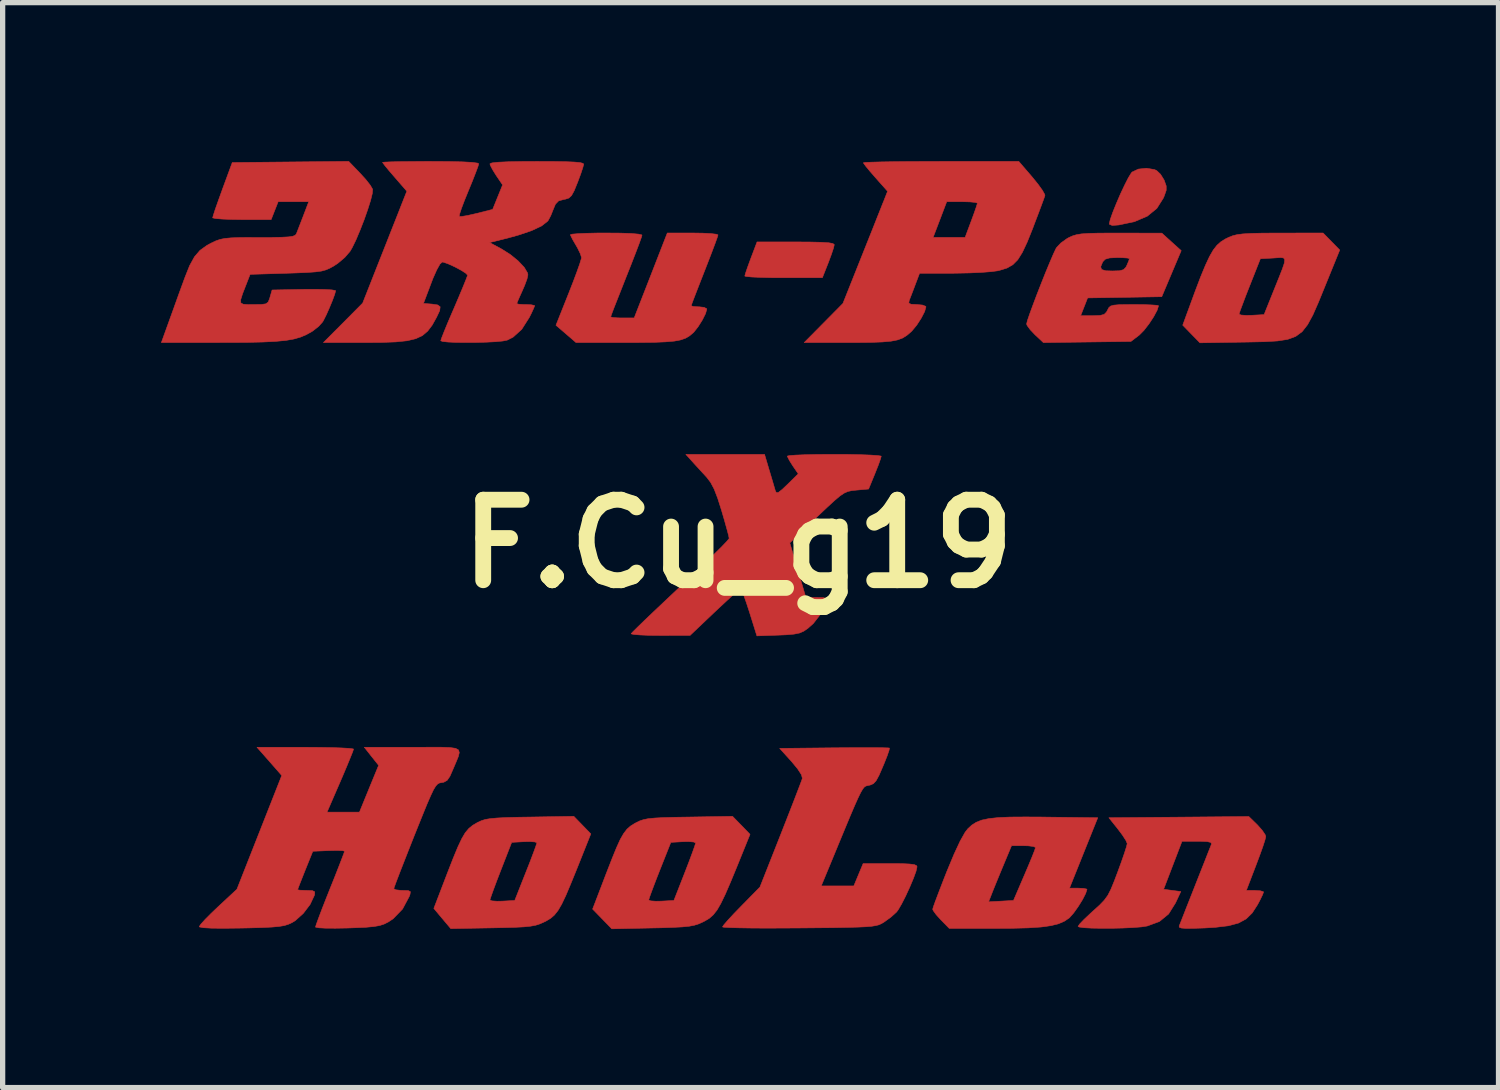
<source format=kicad_pcb>
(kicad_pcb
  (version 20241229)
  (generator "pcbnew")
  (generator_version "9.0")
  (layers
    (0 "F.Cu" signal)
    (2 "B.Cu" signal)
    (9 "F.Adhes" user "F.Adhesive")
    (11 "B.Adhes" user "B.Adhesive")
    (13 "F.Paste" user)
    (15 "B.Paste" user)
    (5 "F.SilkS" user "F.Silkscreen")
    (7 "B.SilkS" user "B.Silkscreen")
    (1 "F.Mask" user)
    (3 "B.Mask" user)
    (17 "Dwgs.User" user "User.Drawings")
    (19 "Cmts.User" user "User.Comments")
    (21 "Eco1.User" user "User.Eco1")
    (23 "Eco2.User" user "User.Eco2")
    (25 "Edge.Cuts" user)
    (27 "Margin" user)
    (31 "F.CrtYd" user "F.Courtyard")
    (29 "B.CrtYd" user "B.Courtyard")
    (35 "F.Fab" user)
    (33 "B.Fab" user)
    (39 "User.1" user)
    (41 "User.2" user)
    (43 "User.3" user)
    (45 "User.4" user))
  (footprint "F.Cu_g19"
    (layer "F.Cu")
    (at 10.924 7.245)
    (property "Reference" "F.Cu_g19" (at 0 0 0) (layer "F.SilkS") (effects (font (size 1.524 1.524) (thickness 0.3))))
    (attr through_hole)
    (fp_poly (pts (xy 1.371 -5.713) (xy 1.577 -5.708) (xy 1.715 -5.699) (xy 1.793 -5.685) (xy 1.82 -5.665) (xy 1.82 -5.663) (xy 1.806 -5.6) (xy 1.767 -5.483) (xy 1.713 -5.337) (xy 1.708 -5.324) (xy 1.595 -5.038) (xy 0.861 -5.038) (xy 0.622 -5.039) (xy 0.416 -5.044) (xy 0.256 -5.051) (xy 0.155 -5.061) (xy 0.126 -5.069) (xy 0.14 -5.122) (xy 0.177 -5.231) (xy 0.23 -5.376) (xy 0.242 -5.408) (xy 0.358 -5.715) (xy 1.089 -5.715) (xy 1.371 -5.713)) (stroke (width 0.01) (type solid)) (fill yes) (layer "F.Cu"))
    (fp_poly (pts (xy 7.881 -7.085) (xy 7.923 -7.066) (xy 7.996 -6.997) (xy 8.063 -6.889) (xy 8.069 -6.874) (xy 8.104 -6.775) (xy 8.104 -6.692) (xy 8.067 -6.585) (xy 8.05 -6.545) (xy 7.927 -6.35) (xy 7.747 -6.203) (xy 7.504 -6.099) (xy 7.207 -6.036) (xy 7.083 -6.027) (xy 7.03 -6.048) (xy 7.027 -6.061) (xy 7.045 -6.14) (xy 7.092 -6.274) (xy 7.159 -6.44) (xy 7.236 -6.619) (xy 7.316 -6.789) (xy 7.387 -6.929) (xy 7.443 -7.02) (xy 7.458 -7.038) (xy 7.577 -7.094) (xy 7.731 -7.11) (xy 7.881 -7.085)) (stroke (width 0.01) (type solid)) (fill yes) (layer "F.Cu"))
    (fp_poly (pts (xy 11.232 -5.723) (xy 11.389 -5.562) (xy 11.116 -4.891) (xy 10.988 -4.577) (xy 10.881 -4.333) (xy 10.781 -4.149) (xy 10.677 -4.016) (xy 10.555 -3.926) (xy 10.403 -3.87) (xy 10.209 -3.84) (xy 9.959 -3.826) (xy 9.64 -3.819) (xy 9.567 -3.818) (xy 8.742 -3.805) (xy 8.579 -3.972) (xy 8.417 -4.139) (xy 8.493 -4.348) (xy 9.484 -4.348) (xy 9.521 -4.331) (xy 9.62 -4.324) (xy 9.72 -4.326) (xy 9.957 -4.339) (xy 10.143 -4.802) (xy 10.238 -5.038) (xy 10.304 -5.206) (xy 10.341 -5.316) (xy 10.348 -5.381) (xy 10.325 -5.412) (xy 10.272 -5.419) (xy 10.189 -5.414) (xy 10.133 -5.41) (xy 9.887 -5.397) (xy 9.686 -4.889) (xy 9.61 -4.696) (xy 9.548 -4.531) (xy 9.503 -4.411) (xy 9.484 -4.35) (xy 9.484 -4.348) (xy 8.493 -4.348) (xy 8.523 -4.429) (xy 8.651 -4.778) (xy 8.757 -5.057) (xy 8.847 -5.274) (xy 8.924 -5.439) (xy 8.995 -5.562) (xy 9.065 -5.652) (xy 9.139 -5.718) (xy 9.222 -5.77) (xy 9.292 -5.804) (xy 9.363 -5.832) (xy 9.447 -5.853) (xy 9.556 -5.867) (xy 9.706 -5.876) (xy 9.908 -5.881) (xy 10.178 -5.883) (xy 10.268 -5.883) (xy 11.074 -5.884) (xy 11.232 -5.723)) (stroke (width 0.01) (type solid)) (fill yes) (layer "F.Cu"))
    (fp_poly (pts (xy 0.06 5.329) (xy 0.225 5.5) (xy -0.02 6.105) (xy -0.143 6.403) (xy -0.243 6.634) (xy -0.326 6.806) (xy -0.399 6.933) (xy -0.47 7.023) (xy -0.544 7.089) (xy -0.629 7.14) (xy -0.666 7.159) (xy -0.746 7.195) (xy -0.828 7.221) (xy -0.927 7.24) (xy -1.058 7.253) (xy -1.236 7.262) (xy -1.476 7.27) (xy -1.63 7.273) (xy -2.392 7.289) (xy -2.755 6.915) (xy -2.689 6.744) (xy -1.693 6.744) (xy -1.655 6.76) (xy -1.556 6.767) (xy -1.455 6.765) (xy -1.216 6.752) (xy -1.01 6.226) (xy -0.934 6.029) (xy -0.871 5.86) (xy -0.826 5.734) (xy -0.805 5.668) (xy -0.804 5.663) (xy -0.843 5.645) (xy -0.941 5.637) (xy -1.039 5.639) (xy -1.274 5.652) (xy -1.484 6.181) (xy -1.561 6.378) (xy -1.625 6.547) (xy -1.671 6.672) (xy -1.692 6.739) (xy -1.693 6.744) (xy -2.689 6.744) (xy -2.501 6.252) (xy -2.391 5.97) (xy -2.304 5.756) (xy -2.232 5.597) (xy -2.167 5.484) (xy -2.105 5.403) (xy -2.037 5.343) (xy -1.957 5.293) (xy -1.93 5.279) (xy -1.863 5.246) (xy -1.792 5.222) (xy -1.703 5.204) (xy -1.582 5.192) (xy -1.415 5.183) (xy -1.189 5.177) (xy -0.931 5.173) (xy -0.106 5.159) (xy 0.06 5.329)) (stroke (width 0.01) (type solid)) (fill yes) (layer "F.Cu"))
    (fp_poly (pts (xy -2.95 5.325) (xy -2.789 5.491) (xy -3.049 6.143) (xy -3.167 6.433) (xy -3.261 6.656) (xy -3.34 6.822) (xy -3.41 6.942) (xy -3.478 7.028) (xy -3.55 7.09) (xy -3.635 7.141) (xy -3.674 7.16) (xy -3.752 7.195) (xy -3.832 7.221) (xy -3.929 7.239) (xy -4.056 7.252) (xy -4.23 7.261) (xy -4.464 7.267) (xy -4.657 7.271) (xy -5.44 7.285) (xy -5.601 7.094) (xy -5.761 6.903) (xy -5.7 6.744) (xy -4.699 6.744) (xy -4.661 6.76) (xy -4.562 6.767) (xy -4.464 6.765) (xy -4.229 6.752) (xy -4.02 6.223) (xy -3.942 6.026) (xy -3.878 5.857) (xy -3.832 5.731) (xy -3.811 5.665) (xy -3.81 5.66) (xy -3.848 5.644) (xy -3.947 5.637) (xy -4.048 5.639) (xy -4.287 5.652) (xy -4.493 6.181) (xy -4.569 6.378) (xy -4.632 6.547) (xy -4.677 6.673) (xy -4.698 6.739) (xy -4.699 6.744) (xy -5.7 6.744) (xy -5.505 6.235) (xy -5.395 5.954) (xy -5.307 5.741) (xy -5.233 5.584) (xy -5.167 5.471) (xy -5.1 5.391) (xy -5.026 5.33) (xy -4.938 5.278) (xy -4.929 5.273) (xy -4.863 5.243) (xy -4.789 5.219) (xy -4.694 5.203) (xy -4.564 5.191) (xy -4.385 5.182) (xy -4.145 5.176) (xy -3.937 5.173) (xy -3.111 5.159) (xy -2.95 5.325)) (stroke (width 0.01) (type solid)) (fill yes) (layer "F.Cu"))
    (fp_poly (pts (xy 5.805 5.173) (xy 5.827 5.174) (xy 6.808 5.186) (xy 6.54 5.853) (xy 6.273 6.519) (xy 6.438 6.519) (xy 6.543 6.524) (xy 6.6 6.537) (xy 6.604 6.542) (xy 6.58 6.618) (xy 6.52 6.736) (xy 6.438 6.868) (xy 6.351 6.99) (xy 6.276 7.075) (xy 6.269 7.082) (xy 6.178 7.144) (xy 6.066 7.193) (xy 5.922 7.229) (xy 5.734 7.255) (xy 5.493 7.271) (xy 5.187 7.279) (xy 4.854 7.281) (xy 3.997 7.281) (xy 3.84 7.121) (xy 3.751 7.023) (xy 3.695 6.946) (xy 3.683 6.918) (xy 3.698 6.867) (xy 3.73 6.778) (xy 4.741 6.778) (xy 4.977 6.765) (xy 5.213 6.752) (xy 5.421 6.268) (xy 5.501 6.08) (xy 5.567 5.921) (xy 5.612 5.806) (xy 5.63 5.75) (xy 5.63 5.749) (xy 5.592 5.73) (xy 5.494 5.718) (xy 5.403 5.715) (xy 5.176 5.715) (xy 5.04 6.041) (xy 4.963 6.226) (xy 4.887 6.411) (xy 4.827 6.559) (xy 4.822 6.572) (xy 4.741 6.778) (xy 3.73 6.778) (xy 3.74 6.751) (xy 3.803 6.584) (xy 3.882 6.379) (xy 3.952 6.201) (xy 4.088 5.875) (xy 4.203 5.628) (xy 4.297 5.461) (xy 4.349 5.394) (xy 4.424 5.325) (xy 4.509 5.271) (xy 4.614 5.23) (xy 4.748 5.202) (xy 4.924 5.183) (xy 5.151 5.173) (xy 5.441 5.171) (xy 5.805 5.173)) (stroke (width 0.01) (type solid)) (fill yes) (layer "F.Cu"))
    (fp_poly (pts (xy 7.227 -5.883) (xy 8.022 -5.881) (xy 8.205 -5.715) (xy 8.388 -5.55) (xy 8.02 -4.678) (xy 7.318 -4.666) (xy 6.616 -4.655) (xy 6.55 -4.486) (xy 6.484 -4.318) (xy 6.714 -4.318) (xy 6.851 -4.323) (xy 6.929 -4.343) (xy 6.974 -4.388) (xy 6.993 -4.424) (xy 7.017 -4.47) (xy 7.052 -4.501) (xy 7.112 -4.518) (xy 7.215 -4.527) (xy 7.376 -4.529) (xy 7.5 -4.53) (xy 7.685 -4.528) (xy 7.835 -4.522) (xy 7.931 -4.515) (xy 7.959 -4.507) (xy 7.933 -4.423) (xy 7.868 -4.301) (xy 7.779 -4.165) (xy 7.683 -4.041) (xy 7.597 -3.954) (xy 7.592 -3.95) (xy 7.436 -3.831) (xy 6.607 -3.82) (xy 5.779 -3.809) (xy 5.62 -3.958) (xy 5.529 -4.054) (xy 5.471 -4.133) (xy 5.461 -4.162) (xy 5.476 -4.224) (xy 5.518 -4.348) (xy 5.58 -4.517) (xy 5.655 -4.716) (xy 5.738 -4.928) (xy 5.821 -5.137) (xy 5.866 -5.245) (xy 6.864 -5.245) (xy 6.88 -5.193) (xy 6.96 -5.169) (xy 7.084 -5.165) (xy 7.219 -5.169) (xy 7.296 -5.19) (xy 7.341 -5.237) (xy 7.359 -5.272) (xy 7.395 -5.357) (xy 7.408 -5.399) (xy 7.37 -5.41) (xy 7.271 -5.417) (xy 7.177 -5.419) (xy 7.033 -5.412) (xy 6.95 -5.388) (xy 6.904 -5.34) (xy 6.902 -5.337) (xy 6.864 -5.245) (xy 5.866 -5.245) (xy 5.9 -5.327) (xy 5.966 -5.481) (xy 6.014 -5.584) (xy 6.029 -5.609) (xy 6.11 -5.695) (xy 6.229 -5.78) (xy 6.264 -5.799) (xy 6.331 -5.829) (xy 6.404 -5.851) (xy 6.498 -5.867) (xy 6.626 -5.876) (xy 6.802 -5.881) (xy 7.04 -5.883) (xy 7.227 -5.883)) (stroke (width 0.01) (type solid)) (fill yes) (layer "F.Cu"))
    (fp_poly (pts (xy -0.671 -5.881) (xy -0.516 -5.873) (xy -0.414 -5.861) (xy -0.381 -5.848) (xy -0.396 -5.798) (xy -0.437 -5.684) (xy -0.499 -5.519) (xy -0.577 -5.317) (xy -0.635 -5.168) (xy -0.72 -4.951) (xy -0.793 -4.763) (xy -0.849 -4.618) (xy -0.882 -4.528) (xy -0.889 -4.506) (xy -0.852 -4.494) (xy -0.76 -4.487) (xy -0.741 -4.487) (xy -0.643 -4.476) (xy -0.594 -4.449) (xy -0.593 -4.443) (xy -0.617 -4.358) (xy -0.677 -4.238) (xy -0.756 -4.112) (xy -0.836 -4.01) (xy -0.853 -3.993) (xy -0.921 -3.936) (xy -0.996 -3.892) (xy -1.088 -3.86) (xy -1.21 -3.837) (xy -1.374 -3.823) (xy -1.59 -3.814) (xy -1.871 -3.811) (xy -2.13 -3.81) (xy -3.069 -3.81) (xy -3.259 -3.974) (xy -3.449 -4.137) (xy -3.206 -4.747) (xy -3.122 -4.962) (xy -3.051 -5.152) (xy -2.998 -5.302) (xy -2.969 -5.397) (xy -2.965 -5.419) (xy -2.987 -5.491) (xy -3.04 -5.6) (xy -3.07 -5.652) (xy -3.132 -5.758) (xy -3.17 -5.835) (xy -3.175 -5.853) (xy -3.135 -5.863) (xy -3.024 -5.872) (xy -2.858 -5.879) (xy -2.649 -5.884) (xy -2.498 -5.884) (xy -2.233 -5.882) (xy -2.027 -5.875) (xy -1.888 -5.863) (xy -1.824 -5.848) (xy -1.82 -5.843) (xy -1.835 -5.792) (xy -1.877 -5.675) (xy -1.941 -5.507) (xy -2.022 -5.298) (xy -2.115 -5.064) (xy -2.117 -5.059) (xy -2.209 -4.825) (xy -2.29 -4.62) (xy -2.355 -4.455) (xy -2.397 -4.343) (xy -2.413 -4.297) (xy -2.413 -4.296) (xy -2.375 -4.285) (xy -2.277 -4.277) (xy -2.19 -4.276) (xy -1.968 -4.276) (xy -1.654 -5.08) (xy -1.341 -5.884) (xy -0.861 -5.884) (xy -0.671 -5.881)) (stroke (width 0.01) (type solid)) (fill yes) (layer "F.Cu"))
    (fp_poly (pts (xy 2.577 3.859) (xy 2.741 3.861) (xy 2.84 3.864) (xy 2.865 3.867) (xy 2.857 3.91) (xy 2.822 4.012) (xy 2.766 4.154) (xy 2.74 4.216) (xy 2.668 4.382) (xy 2.612 4.485) (xy 2.56 4.541) (xy 2.5 4.567) (xy 2.478 4.572) (xy 2.445 4.578) (xy 2.416 4.587) (xy 2.387 4.607) (xy 2.356 4.647) (xy 2.318 4.713) (xy 2.269 4.814) (xy 2.205 4.957) (xy 2.123 5.149) (xy 2.019 5.399) (xy 1.889 5.713) (xy 1.779 5.98) (xy 1.573 6.477) (xy 2.19 6.477) (xy 2.278 6.265) (xy 2.366 6.054) (xy 2.876 6.054) (xy 3.098 6.055) (xy 3.247 6.062) (xy 3.337 6.074) (xy 3.379 6.094) (xy 3.387 6.114) (xy 3.368 6.198) (xy 3.319 6.333) (xy 3.25 6.497) (xy 3.172 6.667) (xy 3.094 6.82) (xy 3.027 6.934) (xy 2.997 6.973) (xy 2.895 7.065) (xy 2.77 7.156) (xy 2.752 7.168) (xy 2.71 7.192) (xy 2.664 7.213) (xy 2.605 7.228) (xy 2.525 7.241) (xy 2.414 7.25) (xy 2.263 7.257) (xy 2.062 7.262) (xy 1.802 7.267) (xy 1.475 7.27) (xy 1.154 7.273) (xy 0.813 7.275) (xy 0.5 7.276) (xy 0.226 7.274) (xy 0.000131 7.27) (xy -0.169 7.265) (xy -0.27 7.259) (xy -0.296 7.253) (xy -0.268 7.211) (xy -0.192 7.123) (xy -0.079 7.001) (xy 0.059 6.859) (xy 0.413 6.498) (xy 0.806 5.503) (xy 0.914 5.228) (xy 1.012 4.977) (xy 1.096 4.76) (xy 1.161 4.59) (xy 1.203 4.479) (xy 1.216 4.439) (xy 1.198 4.371) (xy 1.125 4.259) (xy 1.011 4.121) (xy 0.786 3.873) (xy 1.817 3.862) (xy 2.104 3.86) (xy 2.361 3.859) (xy 2.577 3.859)) (stroke (width 0.01) (type solid)) (fill yes) (layer "F.Cu"))
    (fp_poly (pts (xy 9.83 5.321) (xy 9.92 5.422) (xy 9.978 5.508) (xy 9.989 5.544) (xy 9.974 5.607) (xy 9.934 5.731) (xy 9.874 5.898) (xy 9.804 6.085) (xy 9.621 6.562) (xy 9.784 6.562) (xy 9.888 6.569) (xy 9.944 6.587) (xy 9.947 6.593) (xy 9.928 6.645) (xy 9.879 6.746) (xy 9.831 6.836) (xy 9.732 6.989) (xy 9.618 7.101) (xy 9.473 7.18) (xy 9.283 7.231) (xy 9.033 7.261) (xy 8.835 7.273) (xy 8.618 7.28) (xy 8.473 7.281) (xy 8.388 7.274) (xy 8.351 7.258) (xy 8.35 7.235) (xy 8.373 7.178) (xy 8.421 7.056) (xy 8.489 6.882) (xy 8.572 6.672) (xy 8.657 6.456) (xy 8.749 6.223) (xy 8.831 6.016) (xy 8.897 5.847) (xy 8.943 5.732) (xy 8.962 5.683) (xy 8.951 5.654) (xy 8.879 5.637) (xy 8.737 5.631) (xy 8.693 5.631) (xy 8.403 5.632) (xy 8.229 6.086) (xy 8.055 6.54) (xy 8.218 6.562) (xy 8.381 6.583) (xy 8.28 6.799) (xy 8.149 7.009) (xy 7.975 7.151) (xy 7.744 7.236) (xy 7.743 7.236) (xy 7.633 7.253) (xy 7.475 7.265) (xy 7.284 7.274) (xy 7.079 7.279) (xy 6.876 7.279) (xy 6.693 7.276) (xy 6.548 7.268) (xy 6.457 7.255) (xy 6.435 7.243) (xy 6.464 7.2) (xy 6.544 7.116) (xy 6.659 7.007) (xy 6.72 6.951) (xy 6.843 6.84) (xy 6.931 6.748) (xy 6.999 6.655) (xy 7.058 6.539) (xy 7.123 6.38) (xy 7.186 6.213) (xy 7.256 6.022) (xy 7.313 5.857) (xy 7.352 5.735) (xy 7.366 5.676) (xy 7.366 5.675) (xy 7.341 5.616) (xy 7.276 5.515) (xy 7.193 5.404) (xy 7.019 5.186) (xy 8.344 5.175) (xy 9.668 5.163) (xy 9.83 5.321)) (stroke (width 0.01) (type solid)) (fill yes) (layer "F.Cu"))
    (fp_poly (pts (xy 5.313 -7.239) (xy 5.567 -6.944) (xy 5.677 -6.808) (xy 5.76 -6.693) (xy 5.804 -6.614) (xy 5.808 -6.594) (xy 5.789 -6.537) (xy 5.745 -6.417) (xy 5.682 -6.249) (xy 5.606 -6.05) (xy 5.579 -5.977) (xy 5.473 -5.713) (xy 5.381 -5.517) (xy 5.294 -5.378) (xy 5.201 -5.284) (xy 5.091 -5.221) (xy 4.956 -5.179) (xy 4.91 -5.168) (xy 4.789 -5.152) (xy 4.605 -5.138) (xy 4.382 -5.128) (xy 4.14 -5.123) (xy 4.065 -5.122) (xy 3.435 -5.122) (xy 3.351 -4.9) (xy 3.299 -4.762) (xy 3.255 -4.649) (xy 3.238 -4.604) (xy 3.231 -4.557) (xy 3.273 -4.535) (xy 3.38 -4.53) (xy 3.382 -4.53) (xy 3.49 -4.52) (xy 3.551 -4.496) (xy 3.556 -4.486) (xy 3.531 -4.397) (xy 3.467 -4.273) (xy 3.382 -4.141) (xy 3.291 -4.031) (xy 3.274 -4.014) (xy 3.197 -3.948) (xy 3.117 -3.897) (xy 3.021 -3.861) (xy 2.896 -3.836) (xy 2.73 -3.821) (xy 2.51 -3.813) (xy 2.222 -3.81) (xy 2.083 -3.81) (xy 1.251 -3.81) (xy 1.617 -4.18) (xy 1.984 -4.551) (xy 2.33 -5.419) (xy 2.436 -5.685) (xy 2.482 -5.8) (xy 3.691 -5.8) (xy 4.297 -5.801) (xy 4.413 -6.111) (xy 4.468 -6.261) (xy 4.509 -6.379) (xy 4.529 -6.444) (xy 4.53 -6.449) (xy 4.491 -6.463) (xy 4.389 -6.473) (xy 4.246 -6.477) (xy 4.239 -6.477) (xy 3.949 -6.477) (xy 3.82 -6.138) (xy 3.691 -5.8) (xy 2.482 -5.8) (xy 2.537 -5.937) (xy 2.625 -6.16) (xy 2.696 -6.338) (xy 2.743 -6.457) (xy 2.753 -6.48) (xy 2.829 -6.674) (xy 2.6 -6.932) (xy 2.494 -7.054) (xy 2.414 -7.151) (xy 2.373 -7.208) (xy 2.371 -7.214) (xy 2.411 -7.22) (xy 2.527 -7.225) (xy 2.708 -7.23) (xy 2.945 -7.234) (xy 3.229 -7.237) (xy 3.549 -7.238) (xy 3.842 -7.239) (xy 5.313 -7.239)) (stroke (width 0.01) (type solid)) (fill yes) (layer "F.Cu"))
    (fp_poly (pts (xy 0.591 -1.386) (xy 0.639 -1.226) (xy 0.679 -1.09) (xy 0.704 -1.005) (xy 0.705 -1.001) (xy 0.725 -0.967) (xy 0.764 -0.974) (xy 0.835 -1.03) (xy 0.933 -1.123) (xy 1.138 -1.325) (xy 1.034 -1.477) (xy 0.971 -1.577) (xy 0.935 -1.648) (xy 0.931 -1.661) (xy 0.972 -1.67) (xy 1.084 -1.679) (xy 1.257 -1.686) (xy 1.477 -1.691) (xy 1.732 -1.693) (xy 1.82 -1.693) (xy 2.084 -1.692) (xy 2.317 -1.687) (xy 2.506 -1.68) (xy 2.64 -1.671) (xy 2.705 -1.661) (xy 2.709 -1.657) (xy 2.694 -1.603) (xy 2.655 -1.493) (xy 2.598 -1.35) (xy 2.59 -1.329) (xy 2.47 -1.037) (xy 2.237 -1.016) (xy 2.149 -1.007) (xy 2.076 -0.99) (xy 2.006 -0.959) (xy 1.925 -0.904) (xy 1.821 -0.816) (xy 1.681 -0.687) (xy 1.492 -0.508) (xy 1.49 -0.506) (xy 0.978 -0.017) (xy 1.13 0.5) (xy 1.282 1.016) (xy 1.49 1.016) (xy 1.614 1.019) (xy 1.671 1.034) (xy 1.68 1.071) (xy 1.67 1.111) (xy 1.574 1.316) (xy 1.424 1.508) (xy 1.322 1.599) (xy 1.243 1.654) (xy 1.162 1.689) (xy 1.058 1.71) (xy 0.908 1.723) (xy 0.763 1.729) (xy 0.355 1.743) (xy 0.215 1.295) (xy 0.156 1.115) (xy 0.105 0.971) (xy 0.066 0.876) (xy 0.048 0.849) (xy 0.009 0.877) (xy -0.079 0.954) (xy -0.206 1.069) (xy -0.36 1.212) (xy -0.445 1.292) (xy -0.91 1.734) (xy -1.475 1.735) (xy -1.681 1.733) (xy -1.851 1.726) (xy -1.97 1.717) (xy -2.024 1.705) (xy -2.025 1.701) (xy -1.992 1.665) (xy -1.904 1.578) (xy -1.77 1.448) (xy -1.597 1.283) (xy -1.394 1.091) (xy -1.167 0.877) (xy -1.09 0.805) (xy -0.858 0.586) (xy -0.648 0.385) (xy -0.466 0.208) (xy -0.321 0.065) (xy -0.221 -0.039) (xy -0.173 -0.096) (xy -0.17 -0.103) (xy -0.181 -0.159) (xy -0.213 -0.279) (xy -0.259 -0.444) (xy -0.313 -0.629) (xy -0.388 -0.865) (xy -0.454 -1.036) (xy -0.52 -1.161) (xy -0.594 -1.258) (xy -0.599 -1.264) (xy -0.716 -1.391) (xy -0.835 -1.521) (xy -0.866 -1.556) (xy -0.99 -1.693) (xy 0.5 -1.693) (xy 0.591 -1.386)) (stroke (width 0.01) (type solid)) (fill yes) (layer "F.Cu"))
    (fp_poly (pts (xy -7.158 -7.017) (xy -7.048 -6.896) (xy -6.963 -6.787) (xy -6.92 -6.713) (xy -6.919 -6.71) (xy -6.925 -6.635) (xy -6.958 -6.501) (xy -7.013 -6.327) (xy -7.082 -6.131) (xy -7.159 -5.934) (xy -7.236 -5.751) (xy -7.308 -5.604) (xy -7.347 -5.537) (xy -7.445 -5.423) (xy -7.58 -5.309) (xy -7.651 -5.262) (xy -7.73 -5.218) (xy -7.804 -5.186) (xy -7.888 -5.163) (xy -7.999 -5.148) (xy -8.152 -5.137) (xy -8.364 -5.128) (xy -8.546 -5.122) (xy -9.239 -5.101) (xy -9.313 -4.911) (xy -9.382 -4.734) (xy -9.417 -4.622) (xy -9.415 -4.561) (xy -9.368 -4.535) (xy -9.273 -4.529) (xy -9.174 -4.53) (xy -9.027 -4.531) (xy -8.942 -4.543) (xy -8.898 -4.575) (xy -8.872 -4.636) (xy -8.863 -4.667) (xy -8.823 -4.805) (xy -8.222 -4.817) (xy -8.005 -4.818) (xy -7.823 -4.815) (xy -7.692 -4.807) (xy -7.625 -4.795) (xy -7.62 -4.79) (xy -7.637 -4.725) (xy -7.679 -4.61) (xy -7.736 -4.472) (xy -7.796 -4.336) (xy -7.85 -4.229) (xy -7.865 -4.202) (xy -7.941 -4.117) (xy -8.05 -4.031) (xy -8.07 -4.018) (xy -8.174 -3.96) (xy -8.284 -3.913) (xy -8.41 -3.877) (xy -8.564 -3.85) (xy -8.756 -3.832) (xy -8.996 -3.82) (xy -9.297 -3.813) (xy -9.668 -3.811) (xy -9.788 -3.811) (xy -10.919 -3.81) (xy -10.755 -4.265) (xy -10.674 -4.489) (xy -10.59 -4.724) (xy -10.513 -4.934) (xy -10.476 -5.036) (xy -10.384 -5.267) (xy -10.292 -5.434) (xy -10.188 -5.555) (xy -10.056 -5.65) (xy -9.974 -5.694) (xy -9.89 -5.734) (xy -9.81 -5.762) (xy -9.719 -5.781) (xy -9.6 -5.792) (xy -9.437 -5.798) (xy -9.213 -5.8) (xy -9.077 -5.8) (xy -8.819 -5.8) (xy -8.633 -5.804) (xy -8.507 -5.811) (xy -8.429 -5.823) (xy -8.385 -5.842) (xy -8.363 -5.868) (xy -8.361 -5.874) (xy -8.331 -5.951) (xy -8.282 -6.078) (xy -8.23 -6.212) (xy -8.129 -6.477) (xy -8.708 -6.477) (xy -8.841 -6.138) (xy -9.395 -6.138) (xy -9.6 -6.141) (xy -9.771 -6.148) (xy -9.892 -6.158) (xy -9.947 -6.17) (xy -9.948 -6.173) (xy -9.934 -6.224) (xy -9.897 -6.338) (xy -9.84 -6.499) (xy -9.771 -6.69) (xy -9.763 -6.713) (xy -9.577 -7.218) (xy -7.373 -7.24) (xy -7.158 -7.017)) (stroke (width 0.01) (type solid)) (fill yes) (layer "F.Cu"))
    (fp_poly (pts (xy -5.455 3.857) (xy -5.349 3.872) (xy -5.293 3.903) (xy -5.279 3.953) (xy -5.297 4.027) (xy -5.339 4.13) (xy -5.396 4.264) (xy -5.457 4.403) (xy -5.51 4.479) (xy -5.571 4.513) (xy -5.616 4.521) (xy -5.654 4.528) (xy -5.689 4.547) (xy -5.725 4.587) (xy -5.768 4.657) (xy -5.82 4.767) (xy -5.889 4.925) (xy -5.977 5.141) (xy -6.091 5.424) (xy -6.128 5.516) (xy -6.235 5.787) (xy -6.331 6.032) (xy -6.412 6.239) (xy -6.473 6.399) (xy -6.51 6.5) (xy -6.519 6.53) (xy -6.482 6.55) (xy -6.388 6.561) (xy -6.351 6.562) (xy -6.244 6.565) (xy -6.204 6.586) (xy -6.213 6.641) (xy -6.227 6.678) (xy -6.353 6.914) (xy -6.532 7.099) (xy -6.624 7.16) (xy -6.702 7.199) (xy -6.788 7.227) (xy -6.898 7.246) (xy -7.049 7.26) (xy -7.259 7.269) (xy -7.397 7.274) (xy -7.623 7.278) (xy -7.807 7.277) (xy -7.937 7.27) (xy -7.998 7.258) (xy -8.001 7.254) (xy -7.986 7.204) (xy -7.944 7.089) (xy -7.881 6.922) (xy -7.801 6.718) (xy -7.726 6.529) (xy -7.636 6.305) (xy -7.559 6.108) (xy -7.499 5.953) (xy -7.461 5.852) (xy -7.451 5.819) (xy -7.489 5.809) (xy -7.591 5.805) (xy -7.736 5.808) (xy -7.751 5.808) (xy -8.052 5.821) (xy -8.196 6.178) (xy -8.259 6.337) (xy -8.308 6.462) (xy -8.336 6.536) (xy -8.34 6.549) (xy -8.302 6.557) (xy -8.208 6.561) (xy -8.167 6.562) (xy -8.059 6.566) (xy -8.016 6.588) (xy -8.018 6.639) (xy -8.023 6.657) (xy -8.103 6.827) (xy -8.232 6.997) (xy -8.384 7.134) (xy -8.445 7.171) (xy -8.514 7.203) (xy -8.591 7.227) (xy -8.691 7.244) (xy -8.826 7.256) (xy -9.011 7.265) (xy -9.26 7.272) (xy -9.409 7.275) (xy -9.728 7.279) (xy -9.967 7.277) (xy -10.123 7.268) (xy -10.196 7.254) (xy -10.202 7.247) (xy -10.173 7.203) (xy -10.093 7.114) (xy -9.976 6.996) (xy -9.846 6.872) (xy -9.489 6.54) (xy -8.64 4.386) (xy -8.874 4.119) (xy -9.109 3.852) (xy -8.195 3.852) (xy -7.927 3.854) (xy -7.69 3.858) (xy -7.497 3.865) (xy -7.359 3.873) (xy -7.288 3.883) (xy -7.281 3.887) (xy -7.297 3.937) (xy -7.342 4.049) (xy -7.408 4.21) (xy -7.49 4.404) (xy -7.532 4.501) (xy -7.783 5.08) (xy -7.169 5.08) (xy -6.988 4.637) (xy -6.806 4.194) (xy -6.942 4.023) (xy -7.077 3.852) (xy -6.16 3.852) (xy -5.852 3.851) (xy -5.62 3.851) (xy -5.455 3.857)) (stroke (width 0.01) (type solid)) (fill yes) (layer "F.Cu"))
    (fp_poly (pts (xy -3.499 -7.238) (xy -3.265 -7.234) (xy -3.098 -7.227) (xy -2.991 -7.217) (xy -2.936 -7.202) (xy -2.924 -7.186) (xy -2.94 -7.123) (xy -2.979 -7.005) (xy -3.034 -6.857) (xy -3.042 -6.837) (xy -3.104 -6.684) (xy -3.154 -6.593) (xy -3.204 -6.546) (xy -3.271 -6.524) (xy -3.3 -6.519) (xy -3.399 -6.492) (xy -3.459 -6.429) (xy -3.499 -6.333) (xy -3.547 -6.213) (xy -3.596 -6.121) (xy -3.606 -6.108) (xy -3.72 -6.018) (xy -3.911 -5.928) (xy -4.17 -5.841) (xy -4.337 -5.795) (xy -4.705 -5.703) (xy -4.48 -5.582) (xy -4.312 -5.476) (xy -4.163 -5.354) (xy -4.049 -5.233) (xy -3.987 -5.128) (xy -3.98 -5.091) (xy -3.997 -5.013) (xy -4.042 -4.891) (xy -4.086 -4.79) (xy -4.142 -4.666) (xy -4.18 -4.577) (xy -4.191 -4.547) (xy -4.153 -4.536) (xy -4.059 -4.53) (xy -4.022 -4.53) (xy -3.916 -4.525) (xy -3.857 -4.512) (xy -3.852 -4.507) (xy -3.87 -4.46) (xy -3.915 -4.362) (xy -3.954 -4.285) (xy -4.097 -4.06) (xy -4.262 -3.911) (xy -4.374 -3.855) (xy -4.455 -3.839) (xy -4.592 -3.826) (xy -4.767 -3.817) (xy -4.964 -3.812) (xy -5.163 -3.811) (xy -5.346 -3.813) (xy -5.497 -3.82) (xy -5.598 -3.831) (xy -5.63 -3.845) (xy -5.614 -3.894) (xy -5.57 -4.007) (xy -5.504 -4.168) (xy -5.421 -4.363) (xy -5.376 -4.466) (xy -5.288 -4.673) (xy -5.213 -4.852) (xy -5.157 -4.99) (xy -5.126 -5.071) (xy -5.122 -5.087) (xy -5.157 -5.123) (xy -5.245 -5.179) (xy -5.36 -5.241) (xy -5.478 -5.295) (xy -5.571 -5.329) (xy -5.602 -5.334) (xy -5.645 -5.295) (xy -5.706 -5.186) (xy -5.78 -5.019) (xy -5.809 -4.942) (xy -5.957 -4.551) (xy -5.794 -4.538) (xy -5.687 -4.522) (xy -5.641 -4.487) (xy -5.65 -4.414) (xy -5.71 -4.287) (xy -5.711 -4.285) (xy -5.793 -4.138) (xy -5.878 -4.026) (xy -5.977 -3.942) (xy -6.103 -3.883) (xy -6.267 -3.844) (xy -6.481 -3.822) (xy -6.758 -3.812) (xy -7.057 -3.81) (xy -7.851 -3.81) (xy -7.479 -4.183) (xy -7.108 -4.557) (xy -6.775 -5.401) (xy -6.67 -5.666) (xy -6.571 -5.918) (xy -6.482 -6.142) (xy -6.411 -6.322) (xy -6.364 -6.443) (xy -6.357 -6.46) (xy -6.272 -6.675) (xy -6.501 -6.939) (xy -6.607 -7.062) (xy -6.687 -7.159) (xy -6.728 -7.214) (xy -6.731 -7.221) (xy -6.691 -7.226) (xy -6.578 -7.231) (xy -6.405 -7.235) (xy -6.184 -7.237) (xy -5.927 -7.239) (xy -5.821 -7.239) (xy -5.48 -7.237) (xy -5.217 -7.231) (xy -5.034 -7.221) (xy -4.932 -7.207) (xy -4.911 -7.195) (xy -4.926 -7.141) (xy -4.969 -7.026) (xy -5.031 -6.867) (xy -5.106 -6.685) (xy -5.18 -6.503) (xy -5.238 -6.35) (xy -5.273 -6.243) (xy -5.281 -6.198) (xy -5.281 -6.198) (xy -5.233 -6.197) (xy -5.124 -6.215) (xy -4.978 -6.248) (xy -4.953 -6.254) (xy -4.647 -6.331) (xy -4.553 -6.563) (xy -4.459 -6.795) (xy -4.579 -6.971) (xy -4.648 -7.082) (xy -4.692 -7.167) (xy -4.699 -7.194) (xy -4.661 -7.211) (xy -4.544 -7.224) (xy -4.348 -7.233) (xy -4.07 -7.238) (xy -3.81 -7.239) (xy -3.499 -7.238)) (stroke (width 0.01) (type solid)) (fill yes) (layer "F.Cu")))
  (gr_rect
    (start -3 -3)
    (end 25.319 17.54)
    (stroke (width 0.1) (type default))
    (fill no)
    (layer "Edge.Cuts")))
</source>
